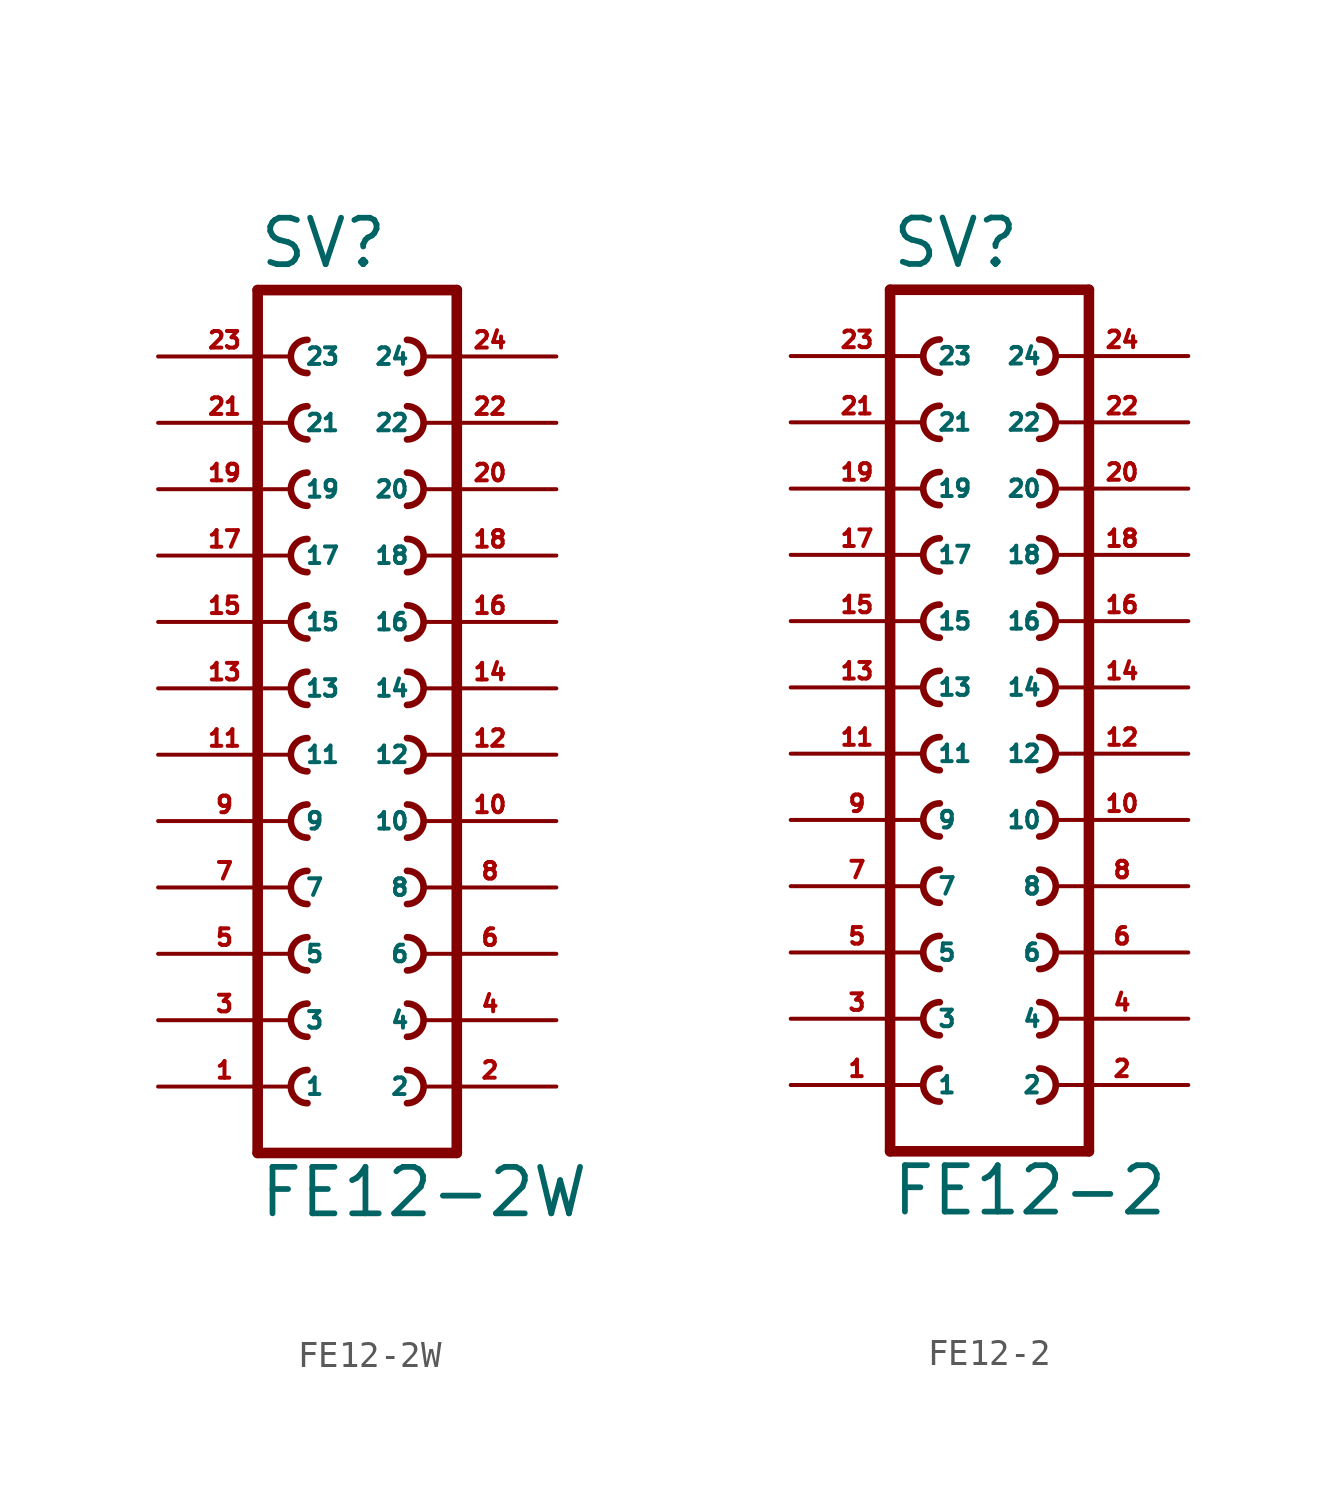
<source format=kicad_sym>
(kicad_symbol_lib
  (version 20220914)
  (generator Eagle2Kicad)
  (symbol "FE12-2W"
    (property "Reference" "SV"
      (at -3.81 16.002 0)
      (effects (font (size 1.778 1.778) (thickness 0.22)) (justify left bottom)))
    (property "Value" "FE12-2W"
      (at -3.81 -20.32 0)
      (effects (font (size 1.778 1.778) (thickness 0.22)) (justify left bottom)))
    (polyline
      (pts (xy 3.81 -17.78) (xy -3.81 -17.78))
      (stroke (width 0.406) (type default))
      (fill (type none)))
    (arc
      (start -1.905 -9.525)
      (mid -2.540 -10.160)
      (end -1.905 -10.795)
      (stroke (width 0.254) (type default))
      (fill (type none)))
    (arc
      (start -1.905 -12.065)
      (mid -2.540 -12.700)
      (end -1.905 -13.335)
      (stroke (width 0.254) (type default))
      (fill (type none)))
    (arc
      (start -1.905 -14.605)
      (mid -2.540 -15.240)
      (end -1.905 -15.875)
      (stroke (width 0.254) (type default))
      (fill (type none)))
    (arc
      (start 1.905 -10.795)
      (mid 2.540 -10.160)
      (end 1.905 -9.525)
      (stroke (width 0.254) (type default))
      (fill (type none)))
    (arc
      (start 1.905 -13.335)
      (mid 2.540 -12.700)
      (end 1.905 -12.065)
      (stroke (width 0.254) (type default))
      (fill (type none)))
    (arc
      (start 1.905 -15.875)
      (mid 2.540 -15.240)
      (end 1.905 -14.605)
      (stroke (width 0.254) (type default))
      (fill (type none)))
    (arc
      (start -1.905 -4.445)
      (mid -2.540 -5.080)
      (end -1.905 -5.715)
      (stroke (width 0.254) (type default))
      (fill (type none)))
    (arc
      (start -1.905 -6.985)
      (mid -2.540 -7.620)
      (end -1.905 -8.255)
      (stroke (width 0.254) (type default))
      (fill (type none)))
    (arc
      (start 1.905 -5.715)
      (mid 2.540 -5.080)
      (end 1.905 -4.445)
      (stroke (width 0.254) (type default))
      (fill (type none)))
    (arc
      (start 1.905 -8.255)
      (mid 2.540 -7.620)
      (end 1.905 -6.985)
      (stroke (width 0.254) (type default))
      (fill (type none)))
    (arc
      (start -1.905 3.175)
      (mid -2.540 2.540)
      (end -1.905 1.905)
      (stroke (width 0.254) (type default))
      (fill (type none)))
    (arc
      (start -1.905 0.635)
      (mid -2.540 0.000)
      (end -1.905 -0.635)
      (stroke (width 0.254) (type default))
      (fill (type none)))
    (arc
      (start -1.905 -1.905)
      (mid -2.540 -2.540)
      (end -1.905 -3.175)
      (stroke (width 0.254) (type default))
      (fill (type none)))
    (arc
      (start 1.905 1.905)
      (mid 2.540 2.540)
      (end 1.905 3.175)
      (stroke (width 0.254) (type default))
      (fill (type none)))
    (arc
      (start 1.905 -0.635)
      (mid 2.540 0.000)
      (end 1.905 0.635)
      (stroke (width 0.254) (type default))
      (fill (type none)))
    (arc
      (start 1.905 -3.175)
      (mid 2.540 -2.540)
      (end 1.905 -1.905)
      (stroke (width 0.254) (type default))
      (fill (type none)))
    (arc
      (start -1.905 8.255)
      (mid -2.540 7.620)
      (end -1.905 6.985)
      (stroke (width 0.254) (type default))
      (fill (type none)))
    (arc
      (start -1.905 5.715)
      (mid -2.540 5.080)
      (end -1.905 4.445)
      (stroke (width 0.254) (type default))
      (fill (type none)))
    (arc
      (start 1.905 6.985)
      (mid 2.540 7.620)
      (end 1.905 8.255)
      (stroke (width 0.254) (type default))
      (fill (type none)))
    (arc
      (start 1.905 4.445)
      (mid 2.540 5.080)
      (end 1.905 5.715)
      (stroke (width 0.254) (type default))
      (fill (type none)))
    (arc
      (start -1.905 13.335)
      (mid -2.540 12.700)
      (end -1.905 12.065)
      (stroke (width 0.254) (type default))
      (fill (type none)))
    (arc
      (start -1.905 10.795)
      (mid -2.540 10.160)
      (end -1.905 9.525)
      (stroke (width 0.254) (type default))
      (fill (type none)))
    (arc
      (start 1.905 12.065)
      (mid 2.540 12.700)
      (end 1.905 13.335)
      (stroke (width 0.254) (type default))
      (fill (type none)))
    (arc
      (start 1.905 9.525)
      (mid 2.540 10.160)
      (end 1.905 10.795)
      (stroke (width 0.254) (type default))
      (fill (type none)))
    (polyline
      (pts (xy -3.81 15.24) (xy -3.81 -17.78))
      (stroke (width 0.406) (type default))
      (fill (type none)))
    (polyline
      (pts (xy 3.81 -17.78) (xy 3.81 15.24))
      (stroke (width 0.406) (type default))
      (fill (type none)))
    (polyline
      (pts (xy -3.81 15.24) (xy 3.81 15.24))
      (stroke (width 0.406) (type default))
      (fill (type none)))
    (pin passive line
      (at -7.62 -15.24 0)
      (length 5.08)
      (name "1" (effects (font (size 0.635 0.635) (thickness 0.08)) (justify left bottom)))
      (number "1" (effects (font (size 0.635 0.635) (thickness 0.08)) (justify left bottom))))
    (pin passive line
      (at -7.62 -12.7 0)
      (length 5.08)
      (name "3" (effects (font (size 0.635 0.635) (thickness 0.08)) (justify left bottom)))
      (number "3" (effects (font (size 0.635 0.635) (thickness 0.08)) (justify left bottom))))
    (pin passive line
      (at -7.62 -10.16 0)
      (length 5.08)
      (name "5" (effects (font (size 0.635 0.635) (thickness 0.08)) (justify left bottom)))
      (number "5" (effects (font (size 0.635 0.635) (thickness 0.08)) (justify left bottom))))
    (pin passive line
      (at 7.62 -15.24 180)
      (length 5.08)
      (name "2" (effects (font (size 0.635 0.635) (thickness 0.08)) (justify left bottom)))
      (number "2" (effects (font (size 0.635 0.635) (thickness 0.08)) (justify left bottom))))
    (pin passive line
      (at 7.62 -12.7 180)
      (length 5.08)
      (name "4" (effects (font (size 0.635 0.635) (thickness 0.08)) (justify left bottom)))
      (number "4" (effects (font (size 0.635 0.635) (thickness 0.08)) (justify left bottom))))
    (pin passive line
      (at 7.62 -10.16 180)
      (length 5.08)
      (name "6" (effects (font (size 0.635 0.635) (thickness 0.08)) (justify left bottom)))
      (number "6" (effects (font (size 0.635 0.635) (thickness 0.08)) (justify left bottom))))
    (pin passive line
      (at -7.62 -7.62 0)
      (length 5.08)
      (name "7" (effects (font (size 0.635 0.635) (thickness 0.08)) (justify left bottom)))
      (number "7" (effects (font (size 0.635 0.635) (thickness 0.08)) (justify left bottom))))
    (pin passive line
      (at -7.62 -5.08 0)
      (length 5.08)
      (name "9" (effects (font (size 0.635 0.635) (thickness 0.08)) (justify left bottom)))
      (number "9" (effects (font (size 0.635 0.635) (thickness 0.08)) (justify left bottom))))
    (pin passive line
      (at 7.62 -7.62 180)
      (length 5.08)
      (name "8" (effects (font (size 0.635 0.635) (thickness 0.08)) (justify left bottom)))
      (number "8" (effects (font (size 0.635 0.635) (thickness 0.08)) (justify left bottom))))
    (pin passive line
      (at 7.62 -5.08 180)
      (length 5.08)
      (name "10" (effects (font (size 0.635 0.635) (thickness 0.08)) (justify left bottom)))
      (number "10" (effects (font (size 0.635 0.635) (thickness 0.08)) (justify left bottom))))
    (pin passive line
      (at -7.62 -2.54 0)
      (length 5.08)
      (name "11" (effects (font (size 0.635 0.635) (thickness 0.08)) (justify left bottom)))
      (number "11" (effects (font (size 0.635 0.635) (thickness 0.08)) (justify left bottom))))
    (pin passive line
      (at -7.62 0 0)
      (length 5.08)
      (name "13" (effects (font (size 0.635 0.635) (thickness 0.08)) (justify left bottom)))
      (number "13" (effects (font (size 0.635 0.635) (thickness 0.08)) (justify left bottom))))
    (pin passive line
      (at -7.62 2.54 0)
      (length 5.08)
      (name "15" (effects (font (size 0.635 0.635) (thickness 0.08)) (justify left bottom)))
      (number "15" (effects (font (size 0.635 0.635) (thickness 0.08)) (justify left bottom))))
    (pin passive line
      (at 7.62 -2.54 180)
      (length 5.08)
      (name "12" (effects (font (size 0.635 0.635) (thickness 0.08)) (justify left bottom)))
      (number "12" (effects (font (size 0.635 0.635) (thickness 0.08)) (justify left bottom))))
    (pin passive line
      (at 7.62 0 180)
      (length 5.08)
      (name "14" (effects (font (size 0.635 0.635) (thickness 0.08)) (justify left bottom)))
      (number "14" (effects (font (size 0.635 0.635) (thickness 0.08)) (justify left bottom))))
    (pin passive line
      (at 7.62 2.54 180)
      (length 5.08)
      (name "16" (effects (font (size 0.635 0.635) (thickness 0.08)) (justify left bottom)))
      (number "16" (effects (font (size 0.635 0.635) (thickness 0.08)) (justify left bottom))))
    (pin passive line
      (at -7.62 5.08 0)
      (length 5.08)
      (name "17" (effects (font (size 0.635 0.635) (thickness 0.08)) (justify left bottom)))
      (number "17" (effects (font (size 0.635 0.635) (thickness 0.08)) (justify left bottom))))
    (pin passive line
      (at -7.62 7.62 0)
      (length 5.08)
      (name "19" (effects (font (size 0.635 0.635) (thickness 0.08)) (justify left bottom)))
      (number "19" (effects (font (size 0.635 0.635) (thickness 0.08)) (justify left bottom))))
    (pin passive line
      (at 7.62 5.08 180)
      (length 5.08)
      (name "18" (effects (font (size 0.635 0.635) (thickness 0.08)) (justify left bottom)))
      (number "18" (effects (font (size 0.635 0.635) (thickness 0.08)) (justify left bottom))))
    (pin passive line
      (at 7.62 7.62 180)
      (length 5.08)
      (name "20" (effects (font (size 0.635 0.635) (thickness 0.08)) (justify left bottom)))
      (number "20" (effects (font (size 0.635 0.635) (thickness 0.08)) (justify left bottom))))
    (pin passive line
      (at -7.62 10.16 0)
      (length 5.08)
      (name "21" (effects (font (size 0.635 0.635) (thickness 0.08)) (justify left bottom)))
      (number "21" (effects (font (size 0.635 0.635) (thickness 0.08)) (justify left bottom))))
    (pin passive line
      (at -7.62 12.7 0)
      (length 5.08)
      (name "23" (effects (font (size 0.635 0.635) (thickness 0.08)) (justify left bottom)))
      (number "23" (effects (font (size 0.635 0.635) (thickness 0.08)) (justify left bottom))))
    (pin passive line
      (at 7.62 10.16 180)
      (length 5.08)
      (name "22" (effects (font (size 0.635 0.635) (thickness 0.08)) (justify left bottom)))
      (number "22" (effects (font (size 0.635 0.635) (thickness 0.08)) (justify left bottom))))
    (pin passive line
      (at 7.62 12.7 180)
      (length 5.08)
      (name "24" (effects (font (size 0.635 0.635) (thickness 0.08)) (justify left bottom)))
      (number "24" (effects (font (size 0.635 0.635) (thickness 0.08)) (justify left bottom)))))
  (symbol "FE12-2"
    (property "Reference" "SV"
      (at -3.81 16.002 0)
      (effects (font (size 1.778 1.778) (thickness 0.22)) (justify left bottom)))
    (property "Value" "FE12-2"
      (at -3.81 -20.32 0)
      (effects (font (size 1.778 1.778) (thickness 0.22)) (justify left bottom)))
    (polyline
      (pts (xy 3.81 -17.78) (xy -3.81 -17.78))
      (stroke (width 0.406) (type default))
      (fill (type none)))
    (arc
      (start -1.905 -9.525)
      (mid -2.540 -10.160)
      (end -1.905 -10.795)
      (stroke (width 0.254) (type default))
      (fill (type none)))
    (arc
      (start -1.905 -12.065)
      (mid -2.540 -12.700)
      (end -1.905 -13.335)
      (stroke (width 0.254) (type default))
      (fill (type none)))
    (arc
      (start -1.905 -14.605)
      (mid -2.540 -15.240)
      (end -1.905 -15.875)
      (stroke (width 0.254) (type default))
      (fill (type none)))
    (arc
      (start 1.905 -10.795)
      (mid 2.540 -10.160)
      (end 1.905 -9.525)
      (stroke (width 0.254) (type default))
      (fill (type none)))
    (arc
      (start 1.905 -13.335)
      (mid 2.540 -12.700)
      (end 1.905 -12.065)
      (stroke (width 0.254) (type default))
      (fill (type none)))
    (arc
      (start 1.905 -15.875)
      (mid 2.540 -15.240)
      (end 1.905 -14.605)
      (stroke (width 0.254) (type default))
      (fill (type none)))
    (arc
      (start -1.905 -4.445)
      (mid -2.540 -5.080)
      (end -1.905 -5.715)
      (stroke (width 0.254) (type default))
      (fill (type none)))
    (arc
      (start -1.905 -6.985)
      (mid -2.540 -7.620)
      (end -1.905 -8.255)
      (stroke (width 0.254) (type default))
      (fill (type none)))
    (arc
      (start 1.905 -5.715)
      (mid 2.540 -5.080)
      (end 1.905 -4.445)
      (stroke (width 0.254) (type default))
      (fill (type none)))
    (arc
      (start 1.905 -8.255)
      (mid 2.540 -7.620)
      (end 1.905 -6.985)
      (stroke (width 0.254) (type default))
      (fill (type none)))
    (arc
      (start -1.905 3.175)
      (mid -2.540 2.540)
      (end -1.905 1.905)
      (stroke (width 0.254) (type default))
      (fill (type none)))
    (arc
      (start -1.905 0.635)
      (mid -2.540 0.000)
      (end -1.905 -0.635)
      (stroke (width 0.254) (type default))
      (fill (type none)))
    (arc
      (start -1.905 -1.905)
      (mid -2.540 -2.540)
      (end -1.905 -3.175)
      (stroke (width 0.254) (type default))
      (fill (type none)))
    (arc
      (start 1.905 1.905)
      (mid 2.540 2.540)
      (end 1.905 3.175)
      (stroke (width 0.254) (type default))
      (fill (type none)))
    (arc
      (start 1.905 -0.635)
      (mid 2.540 0.000)
      (end 1.905 0.635)
      (stroke (width 0.254) (type default))
      (fill (type none)))
    (arc
      (start 1.905 -3.175)
      (mid 2.540 -2.540)
      (end 1.905 -1.905)
      (stroke (width 0.254) (type default))
      (fill (type none)))
    (arc
      (start -1.905 8.255)
      (mid -2.540 7.620)
      (end -1.905 6.985)
      (stroke (width 0.254) (type default))
      (fill (type none)))
    (arc
      (start -1.905 5.715)
      (mid -2.540 5.080)
      (end -1.905 4.445)
      (stroke (width 0.254) (type default))
      (fill (type none)))
    (arc
      (start 1.905 6.985)
      (mid 2.540 7.620)
      (end 1.905 8.255)
      (stroke (width 0.254) (type default))
      (fill (type none)))
    (arc
      (start 1.905 4.445)
      (mid 2.540 5.080)
      (end 1.905 5.715)
      (stroke (width 0.254) (type default))
      (fill (type none)))
    (arc
      (start -1.905 13.335)
      (mid -2.540 12.700)
      (end -1.905 12.065)
      (stroke (width 0.254) (type default))
      (fill (type none)))
    (arc
      (start -1.905 10.795)
      (mid -2.540 10.160)
      (end -1.905 9.525)
      (stroke (width 0.254) (type default))
      (fill (type none)))
    (arc
      (start 1.905 12.065)
      (mid 2.540 12.700)
      (end 1.905 13.335)
      (stroke (width 0.254) (type default))
      (fill (type none)))
    (arc
      (start 1.905 9.525)
      (mid 2.540 10.160)
      (end 1.905 10.795)
      (stroke (width 0.254) (type default))
      (fill (type none)))
    (polyline
      (pts (xy -3.81 15.24) (xy -3.81 -17.78))
      (stroke (width 0.406) (type default))
      (fill (type none)))
    (polyline
      (pts (xy 3.81 -17.78) (xy 3.81 15.24))
      (stroke (width 0.406) (type default))
      (fill (type none)))
    (polyline
      (pts (xy -3.81 15.24) (xy 3.81 15.24))
      (stroke (width 0.406) (type default))
      (fill (type none)))
    (pin passive line
      (at -7.62 -15.24 0)
      (length 5.08)
      (name "1" (effects (font (size 0.635 0.635) (thickness 0.08)) (justify left bottom)))
      (number "1" (effects (font (size 0.635 0.635) (thickness 0.08)) (justify left bottom))))
    (pin passive line
      (at -7.62 -12.7 0)
      (length 5.08)
      (name "3" (effects (font (size 0.635 0.635) (thickness 0.08)) (justify left bottom)))
      (number "3" (effects (font (size 0.635 0.635) (thickness 0.08)) (justify left bottom))))
    (pin passive line
      (at -7.62 -10.16 0)
      (length 5.08)
      (name "5" (effects (font (size 0.635 0.635) (thickness 0.08)) (justify left bottom)))
      (number "5" (effects (font (size 0.635 0.635) (thickness 0.08)) (justify left bottom))))
    (pin passive line
      (at 7.62 -15.24 180)
      (length 5.08)
      (name "2" (effects (font (size 0.635 0.635) (thickness 0.08)) (justify left bottom)))
      (number "2" (effects (font (size 0.635 0.635) (thickness 0.08)) (justify left bottom))))
    (pin passive line
      (at 7.62 -12.7 180)
      (length 5.08)
      (name "4" (effects (font (size 0.635 0.635) (thickness 0.08)) (justify left bottom)))
      (number "4" (effects (font (size 0.635 0.635) (thickness 0.08)) (justify left bottom))))
    (pin passive line
      (at 7.62 -10.16 180)
      (length 5.08)
      (name "6" (effects (font (size 0.635 0.635) (thickness 0.08)) (justify left bottom)))
      (number "6" (effects (font (size 0.635 0.635) (thickness 0.08)) (justify left bottom))))
    (pin passive line
      (at -7.62 -7.62 0)
      (length 5.08)
      (name "7" (effects (font (size 0.635 0.635) (thickness 0.08)) (justify left bottom)))
      (number "7" (effects (font (size 0.635 0.635) (thickness 0.08)) (justify left bottom))))
    (pin passive line
      (at -7.62 -5.08 0)
      (length 5.08)
      (name "9" (effects (font (size 0.635 0.635) (thickness 0.08)) (justify left bottom)))
      (number "9" (effects (font (size 0.635 0.635) (thickness 0.08)) (justify left bottom))))
    (pin passive line
      (at 7.62 -7.62 180)
      (length 5.08)
      (name "8" (effects (font (size 0.635 0.635) (thickness 0.08)) (justify left bottom)))
      (number "8" (effects (font (size 0.635 0.635) (thickness 0.08)) (justify left bottom))))
    (pin passive line
      (at 7.62 -5.08 180)
      (length 5.08)
      (name "10" (effects (font (size 0.635 0.635) (thickness 0.08)) (justify left bottom)))
      (number "10" (effects (font (size 0.635 0.635) (thickness 0.08)) (justify left bottom))))
    (pin passive line
      (at -7.62 -2.54 0)
      (length 5.08)
      (name "11" (effects (font (size 0.635 0.635) (thickness 0.08)) (justify left bottom)))
      (number "11" (effects (font (size 0.635 0.635) (thickness 0.08)) (justify left bottom))))
    (pin passive line
      (at -7.62 0 0)
      (length 5.08)
      (name "13" (effects (font (size 0.635 0.635) (thickness 0.08)) (justify left bottom)))
      (number "13" (effects (font (size 0.635 0.635) (thickness 0.08)) (justify left bottom))))
    (pin passive line
      (at -7.62 2.54 0)
      (length 5.08)
      (name "15" (effects (font (size 0.635 0.635) (thickness 0.08)) (justify left bottom)))
      (number "15" (effects (font (size 0.635 0.635) (thickness 0.08)) (justify left bottom))))
    (pin passive line
      (at 7.62 -2.54 180)
      (length 5.08)
      (name "12" (effects (font (size 0.635 0.635) (thickness 0.08)) (justify left bottom)))
      (number "12" (effects (font (size 0.635 0.635) (thickness 0.08)) (justify left bottom))))
    (pin passive line
      (at 7.62 0 180)
      (length 5.08)
      (name "14" (effects (font (size 0.635 0.635) (thickness 0.08)) (justify left bottom)))
      (number "14" (effects (font (size 0.635 0.635) (thickness 0.08)) (justify left bottom))))
    (pin passive line
      (at 7.62 2.54 180)
      (length 5.08)
      (name "16" (effects (font (size 0.635 0.635) (thickness 0.08)) (justify left bottom)))
      (number "16" (effects (font (size 0.635 0.635) (thickness 0.08)) (justify left bottom))))
    (pin passive line
      (at -7.62 5.08 0)
      (length 5.08)
      (name "17" (effects (font (size 0.635 0.635) (thickness 0.08)) (justify left bottom)))
      (number "17" (effects (font (size 0.635 0.635) (thickness 0.08)) (justify left bottom))))
    (pin passive line
      (at -7.62 7.62 0)
      (length 5.08)
      (name "19" (effects (font (size 0.635 0.635) (thickness 0.08)) (justify left bottom)))
      (number "19" (effects (font (size 0.635 0.635) (thickness 0.08)) (justify left bottom))))
    (pin passive line
      (at 7.62 5.08 180)
      (length 5.08)
      (name "18" (effects (font (size 0.635 0.635) (thickness 0.08)) (justify left bottom)))
      (number "18" (effects (font (size 0.635 0.635) (thickness 0.08)) (justify left bottom))))
    (pin passive line
      (at 7.62 7.62 180)
      (length 5.08)
      (name "20" (effects (font (size 0.635 0.635) (thickness 0.08)) (justify left bottom)))
      (number "20" (effects (font (size 0.635 0.635) (thickness 0.08)) (justify left bottom))))
    (pin passive line
      (at -7.62 10.16 0)
      (length 5.08)
      (name "21" (effects (font (size 0.635 0.635) (thickness 0.08)) (justify left bottom)))
      (number "21" (effects (font (size 0.635 0.635) (thickness 0.08)) (justify left bottom))))
    (pin passive line
      (at -7.62 12.7 0)
      (length 5.08)
      (name "23" (effects (font (size 0.635 0.635) (thickness 0.08)) (justify left bottom)))
      (number "23" (effects (font (size 0.635 0.635) (thickness 0.08)) (justify left bottom))))
    (pin passive line
      (at 7.62 10.16 180)
      (length 5.08)
      (name "22" (effects (font (size 0.635 0.635) (thickness 0.08)) (justify left bottom)))
      (number "22" (effects (font (size 0.635 0.635) (thickness 0.08)) (justify left bottom))))
    (pin passive line
      (at 7.62 12.7 180)
      (length 5.08)
      (name "24" (effects (font (size 0.635 0.635) (thickness 0.08)) (justify left bottom)))
      (number "24" (effects (font (size 0.635 0.635) (thickness 0.08)) (justify left bottom))))))
</source>
